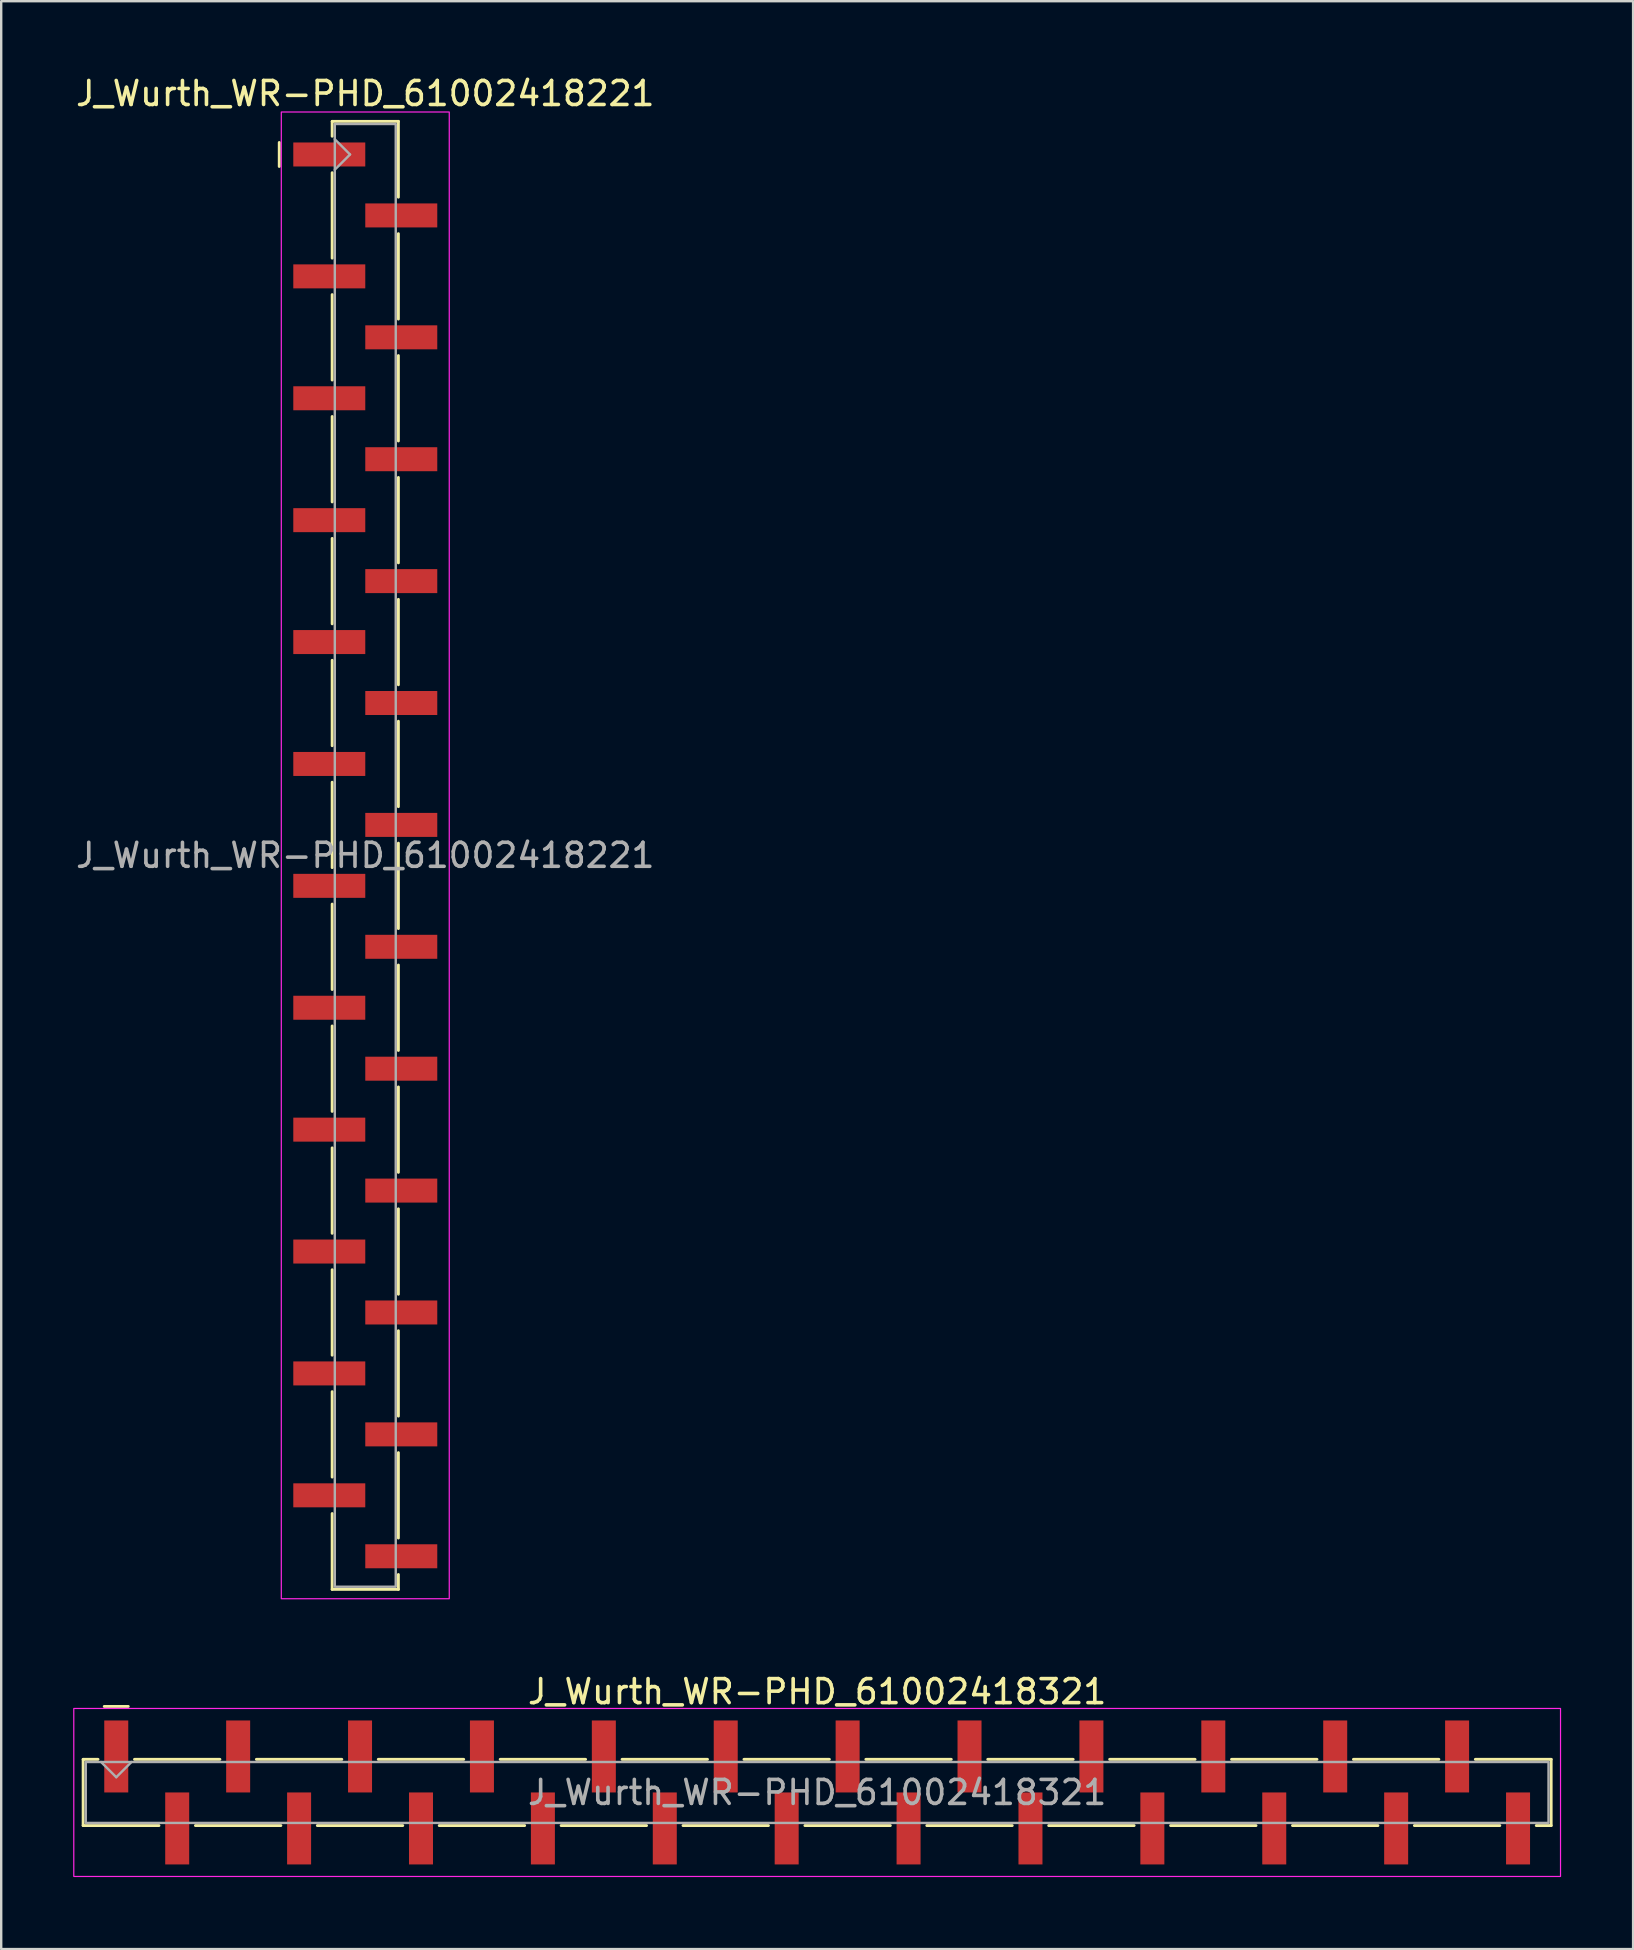
<source format=kicad_pcb>
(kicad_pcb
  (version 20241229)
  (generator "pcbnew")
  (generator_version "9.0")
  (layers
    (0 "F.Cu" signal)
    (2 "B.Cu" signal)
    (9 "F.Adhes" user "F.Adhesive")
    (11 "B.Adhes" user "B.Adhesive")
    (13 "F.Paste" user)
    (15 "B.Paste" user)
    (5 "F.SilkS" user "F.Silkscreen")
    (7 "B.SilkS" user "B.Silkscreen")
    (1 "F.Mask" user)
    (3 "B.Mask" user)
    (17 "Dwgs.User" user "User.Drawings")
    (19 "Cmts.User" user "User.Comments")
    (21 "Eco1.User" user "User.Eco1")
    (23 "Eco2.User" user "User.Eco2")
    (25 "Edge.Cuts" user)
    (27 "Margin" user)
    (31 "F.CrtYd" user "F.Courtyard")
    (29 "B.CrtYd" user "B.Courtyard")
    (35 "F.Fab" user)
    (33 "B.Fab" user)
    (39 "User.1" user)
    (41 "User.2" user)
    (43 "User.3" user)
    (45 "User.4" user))
  (footprint "J_Wurth_WR-PHD_61002418321"
    (layer "F.Cu")
    (at 31.005 71.651)
    (property "Reference" "J_Wurth_WR-PHD_61002418321" (at 0 -4.2 0) (unlocked yes) (layer "F.SilkS") (effects (font (size 1 1) (thickness 0.15))))
    (attr smd)
    (fp_line (start -30.59 -1.38) (end -30.59 1.38) (stroke (width 0.12) (type solid)) (layer "F.SilkS"))
    (fp_line (start -30.59 -1.38) (end -29.97 -1.38) (stroke (width 0.12) (type solid)) (layer "F.SilkS"))
    (fp_line (start -30.59 1.38) (end -27.43 1.38) (stroke (width 0.12) (type solid)) (layer "F.SilkS"))
    (fp_line (start -29.71 -3.585) (end -28.71 -3.585) (stroke (width 0.12) (type solid)) (layer "F.SilkS"))
    (fp_line (start -28.45 -1.38) (end -24.89 -1.38) (stroke (width 0.12) (type solid)) (layer "F.SilkS"))
    (fp_line (start -23.37 -1.38) (end -19.81 -1.38) (stroke (width 0.12) (type solid)) (layer "F.SilkS"))
    (fp_line (start -22.35 1.38) (end -25.91 1.38) (stroke (width 0.12) (type solid)) (layer "F.SilkS"))
    (fp_line (start -20.83 1.38) (end -17.27 1.38) (stroke (width 0.12) (type solid)) (layer "F.SilkS"))
    (fp_line (start -18.29 -1.38) (end -14.73 -1.38) (stroke (width 0.12) (type solid)) (layer "F.SilkS"))
    (fp_line (start -15.75 1.38) (end -12.19 1.38) (stroke (width 0.12) (type solid)) (layer "F.SilkS"))
    (fp_line (start -13.21 -1.38) (end -9.65 -1.38) (stroke (width 0.12) (type solid)) (layer "F.SilkS"))
    (fp_line (start -10.67 1.38) (end -7.11 1.38) (stroke (width 0.12) (type solid)) (layer "F.SilkS"))
    (fp_line (start -8.13 -1.38) (end -4.57 -1.38) (stroke (width 0.12) (type solid)) (layer "F.SilkS"))
    (fp_line (start -5.59 1.38) (end -2.03 1.38) (stroke (width 0.12) (type solid)) (layer "F.SilkS"))
    (fp_line (start -3.05 -1.38) (end 0.51 -1.38) (stroke (width 0.12) (type solid)) (layer "F.SilkS"))
    (fp_line (start -0.51 1.38) (end 3.05 1.38) (stroke (width 0.12) (type solid)) (layer "F.SilkS"))
    (fp_line (start 2.03 -1.38) (end 5.59 -1.38) (stroke (width 0.12) (type solid)) (layer "F.SilkS"))
    (fp_line (start 4.57 1.38) (end 8.13 1.38) (stroke (width 0.12) (type solid)) (layer "F.SilkS"))
    (fp_line (start 7.11 -1.38) (end 10.67 -1.38) (stroke (width 0.12) (type solid)) (layer "F.SilkS"))
    (fp_line (start 9.65 1.38) (end 13.21 1.38) (stroke (width 0.12) (type solid)) (layer "F.SilkS"))
    (fp_line (start 12.19 -1.38) (end 15.75 -1.38) (stroke (width 0.12) (type solid)) (layer "F.SilkS"))
    (fp_line (start 14.73 1.38) (end 18.29 1.38) (stroke (width 0.12) (type solid)) (layer "F.SilkS"))
    (fp_line (start 17.27 -1.38) (end 20.83 -1.38) (stroke (width 0.12) (type solid)) (layer "F.SilkS"))
    (fp_line (start 19.81 1.38) (end 23.37 1.38) (stroke (width 0.12) (type solid)) (layer "F.SilkS"))
    (fp_line (start 22.35 -1.38) (end 25.91 -1.38) (stroke (width 0.12) (type solid)) (layer "F.SilkS"))
    (fp_line (start 24.89 1.38) (end 28.45 1.38) (stroke (width 0.12) (type solid)) (layer "F.SilkS"))
    (fp_line (start 30.59 -1.38) (end 27.43 -1.38) (stroke (width 0.12) (type solid)) (layer "F.SilkS"))
    (fp_line (start 30.59 -1.38) (end 30.59 1.38) (stroke (width 0.12) (type solid)) (layer "F.SilkS"))
    (fp_line (start 30.59 1.38) (end 29.97 1.38) (stroke (width 0.12) (type solid)) (layer "F.SilkS"))
    (fp_rect (start -30.98 -3.5) (end 30.98 3.5) (stroke (width 0.05) (type solid)) (fill no) (layer "F.CrtYd"))
    (fp_line (start -29.845 -1.27) (end -29.21 -0.635) (stroke (width 0.1) (type default)) (layer "F.Fab"))
    (fp_line (start -29.21 -0.635) (end -28.575 -1.27) (stroke (width 0.1) (type default)) (layer "F.Fab"))
    (fp_rect (start -30.48 -1.27) (end 30.48 1.27) (stroke (width 0.1) (type solid)) (fill no) (layer "F.Fab"))
    (fp_text user "${REFERENCE}" (at 0 0 0) (unlocked yes) (layer "F.Fab") (effects (font (size 1 1) (thickness 0.15))))
    (pad "1" smd rect (at -29.21 -1.5) (size 1 3) (layers "F.Cu" "F.Mask" "F.Paste"))
    (pad "2" smd rect (at -26.67 1.5) (size 1 3) (layers "F.Cu" "F.Mask" "F.Paste"))
    (pad "3" smd rect (at -24.13 -1.5) (size 1 3) (layers "F.Cu" "F.Mask" "F.Paste"))
    (pad "4" smd rect (at -21.59 1.5) (size 1 3) (layers "F.Cu" "F.Mask" "F.Paste"))
    (pad "5" smd rect (at -19.05 -1.5) (size 1 3) (layers "F.Cu" "F.Mask" "F.Paste"))
    (pad "6" smd rect (at -16.51 1.5) (size 1 3) (layers "F.Cu" "F.Mask" "F.Paste"))
    (pad "7" smd rect (at -13.97 -1.5) (size 1 3) (layers "F.Cu" "F.Mask" "F.Paste"))
    (pad "8" smd rect (at -11.43 1.5) (size 1 3) (layers "F.Cu" "F.Mask" "F.Paste"))
    (pad "9" smd rect (at -8.89 -1.5) (size 1 3) (layers "F.Cu" "F.Mask" "F.Paste"))
    (pad "10" smd rect (at -6.35 1.5) (size 1 3) (layers "F.Cu" "F.Mask" "F.Paste"))
    (pad "11" smd rect (at -3.81 -1.5) (size 1 3) (layers "F.Cu" "F.Mask" "F.Paste"))
    (pad "12" smd rect (at -1.27 1.5) (size 1 3) (layers "F.Cu" "F.Mask" "F.Paste"))
    (pad "13" smd rect (at 1.27 -1.5) (size 1 3) (layers "F.Cu" "F.Mask" "F.Paste"))
    (pad "14" smd rect (at 3.81 1.5) (size 1 3) (layers "F.Cu" "F.Mask" "F.Paste"))
    (pad "15" smd rect (at 6.35 -1.5) (size 1 3) (layers "F.Cu" "F.Mask" "F.Paste"))
    (pad "16" smd rect (at 8.89 1.5) (size 1 3) (layers "F.Cu" "F.Mask" "F.Paste"))
    (pad "17" smd rect (at 11.43 -1.5) (size 1 3) (layers "F.Cu" "F.Mask" "F.Paste"))
    (pad "18" smd rect (at 13.97 1.5) (size 1 3) (layers "F.Cu" "F.Mask" "F.Paste"))
    (pad "19" smd rect (at 16.51 -1.5) (size 1 3) (layers "F.Cu" "F.Mask" "F.Paste"))
    (pad "20" smd rect (at 19.05 1.5) (size 1 3) (layers "F.Cu" "F.Mask" "F.Paste"))
    (pad "21" smd rect (at 21.59 -1.5) (size 1 3) (layers "F.Cu" "F.Mask" "F.Paste"))
    (pad "22" smd rect (at 24.13 1.5) (size 1 3) (layers "F.Cu" "F.Mask" "F.Paste"))
    (pad "23" smd rect (at 26.67 -1.5) (size 1 3) (layers "F.Cu" "F.Mask" "F.Paste"))
    (pad "24" smd rect (at 29.21 1.5) (size 1 3) (layers "F.Cu" "F.Mask" "F.Paste")))
  (footprint "J_Wurth_WR-PHD_61002418221"
    (layer "F.Cu")
    (at 12.173 32.598)
    (property "Reference" "J_Wurth_WR-PHD_61002418221" (at 0 -31.75 0) (unlocked yes) (layer "F.SilkS") (effects (font (size 1 1) (thickness 0.15))))
    (attr smd)
    (fp_line (start -3.585 -29.71) (end -3.585 -28.71) (stroke (width 0.12) (type solid)) (layer "F.SilkS"))
    (fp_line (start -1.38 -30.59) (end -1.38 -29.97) (stroke (width 0.12) (type solid)) (layer "F.SilkS"))
    (fp_line (start -1.38 -30.59) (end 1.38 -30.59) (stroke (width 0.12) (type solid)) (layer "F.SilkS"))
    (fp_line (start -1.38 -28.45) (end -1.38 -24.89) (stroke (width 0.12) (type solid)) (layer "F.SilkS"))
    (fp_line (start -1.38 -23.37) (end -1.38 -19.81) (stroke (width 0.12) (type solid)) (layer "F.SilkS"))
    (fp_line (start -1.38 -18.29) (end -1.38 -14.73) (stroke (width 0.12) (type solid)) (layer "F.SilkS"))
    (fp_line (start -1.38 -13.21) (end -1.38 -9.65) (stroke (width 0.12) (type solid)) (layer "F.SilkS"))
    (fp_line (start -1.38 -8.13) (end -1.38 -4.57) (stroke (width 0.12) (type solid)) (layer "F.SilkS"))
    (fp_line (start -1.38 -3.05) (end -1.38 0.51) (stroke (width 0.12) (type solid)) (layer "F.SilkS"))
    (fp_line (start -1.38 2.03) (end -1.38 5.59) (stroke (width 0.12) (type solid)) (layer "F.SilkS"))
    (fp_line (start -1.38 7.11) (end -1.38 10.67) (stroke (width 0.12) (type solid)) (layer "F.SilkS"))
    (fp_line (start -1.38 12.19) (end -1.38 15.75) (stroke (width 0.12) (type solid)) (layer "F.SilkS"))
    (fp_line (start -1.38 17.27) (end -1.38 20.83) (stroke (width 0.12) (type solid)) (layer "F.SilkS"))
    (fp_line (start -1.38 22.35) (end -1.38 25.91) (stroke (width 0.12) (type solid)) (layer "F.SilkS"))
    (fp_line (start -1.38 30.59) (end -1.38 27.43) (stroke (width 0.12) (type solid)) (layer "F.SilkS"))
    (fp_line (start -1.38 30.59) (end 1.38 30.59) (stroke (width 0.12) (type solid)) (layer "F.SilkS"))
    (fp_line (start 1.38 -30.59) (end 1.38 -27.43) (stroke (width 0.12) (type solid)) (layer "F.SilkS"))
    (fp_line (start 1.38 -22.35) (end 1.38 -25.91) (stroke (width 0.12) (type solid)) (layer "F.SilkS"))
    (fp_line (start 1.38 -20.83) (end 1.38 -17.27) (stroke (width 0.12) (type solid)) (layer "F.SilkS"))
    (fp_line (start 1.38 -15.75) (end 1.38 -12.19) (stroke (width 0.12) (type solid)) (layer "F.SilkS"))
    (fp_line (start 1.38 -10.67) (end 1.38 -7.11) (stroke (width 0.12) (type solid)) (layer "F.SilkS"))
    (fp_line (start 1.38 -5.59) (end 1.38 -2.03) (stroke (width 0.12) (type solid)) (layer "F.SilkS"))
    (fp_line (start 1.38 -0.51) (end 1.38 3.05) (stroke (width 0.12) (type solid)) (layer "F.SilkS"))
    (fp_line (start 1.38 4.57) (end 1.38 8.13) (stroke (width 0.12) (type solid)) (layer "F.SilkS"))
    (fp_line (start 1.38 9.65) (end 1.38 13.21) (stroke (width 0.12) (type solid)) (layer "F.SilkS"))
    (fp_line (start 1.38 14.73) (end 1.38 18.29) (stroke (width 0.12) (type solid)) (layer "F.SilkS"))
    (fp_line (start 1.38 19.81) (end 1.38 23.37) (stroke (width 0.12) (type solid)) (layer "F.SilkS"))
    (fp_line (start 1.38 24.89) (end 1.38 28.45) (stroke (width 0.12) (type solid)) (layer "F.SilkS"))
    (fp_line (start 1.38 30.59) (end 1.38 29.97) (stroke (width 0.12) (type solid)) (layer "F.SilkS"))
    (fp_rect (start -3.5 -30.98) (end 3.5 30.98) (stroke (width 0.05) (type solid)) (fill no) (layer "F.CrtYd"))
    (fp_line (start -1.27 -29.845) (end -0.635 -29.21) (stroke (width 0.1) (type default)) (layer "F.Fab"))
    (fp_line (start -0.635 -29.21) (end -1.27 -28.575) (stroke (width 0.1) (type default)) (layer "F.Fab"))
    (fp_rect (start -1.27 -30.48) (end 1.27 30.48) (stroke (width 0.1) (type solid)) (fill no) (layer "F.Fab"))
    (fp_text user "${REFERENCE}" (at 0 0 0) (unlocked yes) (layer "F.Fab") (effects (font (size 1 1) (thickness 0.15))))
    (pad "1" smd rect (at -1.5 -29.21 270) (size 1 3) (layers "F.Cu" "F.Mask" "F.Paste"))
    (pad "2" smd rect (at 1.5 -26.67 270) (size 1 3) (layers "F.Cu" "F.Mask" "F.Paste"))
    (pad "3" smd rect (at -1.5 -24.13 270) (size 1 3) (layers "F.Cu" "F.Mask" "F.Paste"))
    (pad "4" smd rect (at 1.5 -21.59 270) (size 1 3) (layers "F.Cu" "F.Mask" "F.Paste"))
    (pad "5" smd rect (at -1.5 -19.05 270) (size 1 3) (layers "F.Cu" "F.Mask" "F.Paste"))
    (pad "6" smd rect (at 1.5 -16.51 270) (size 1 3) (layers "F.Cu" "F.Mask" "F.Paste"))
    (pad "7" smd rect (at -1.5 -13.97 270) (size 1 3) (layers "F.Cu" "F.Mask" "F.Paste"))
    (pad "8" smd rect (at 1.5 -11.43 270) (size 1 3) (layers "F.Cu" "F.Mask" "F.Paste"))
    (pad "9" smd rect (at -1.5 -8.89 270) (size 1 3) (layers "F.Cu" "F.Mask" "F.Paste"))
    (pad "10" smd rect (at 1.5 -6.35 270) (size 1 3) (layers "F.Cu" "F.Mask" "F.Paste"))
    (pad "11" smd rect (at -1.5 -3.81 270) (size 1 3) (layers "F.Cu" "F.Mask" "F.Paste"))
    (pad "12" smd rect (at 1.5 -1.27 270) (size 1 3) (layers "F.Cu" "F.Mask" "F.Paste"))
    (pad "13" smd rect (at -1.5 1.27 270) (size 1 3) (layers "F.Cu" "F.Mask" "F.Paste"))
    (pad "14" smd rect (at 1.5 3.81 270) (size 1 3) (layers "F.Cu" "F.Mask" "F.Paste"))
    (pad "15" smd rect (at -1.5 6.35 270) (size 1 3) (layers "F.Cu" "F.Mask" "F.Paste"))
    (pad "16" smd rect (at 1.5 8.89 270) (size 1 3) (layers "F.Cu" "F.Mask" "F.Paste"))
    (pad "17" smd rect (at -1.5 11.43 270) (size 1 3) (layers "F.Cu" "F.Mask" "F.Paste"))
    (pad "18" smd rect (at 1.5 13.97 270) (size 1 3) (layers "F.Cu" "F.Mask" "F.Paste"))
    (pad "19" smd rect (at -1.5 16.51 270) (size 1 3) (layers "F.Cu" "F.Mask" "F.Paste"))
    (pad "20" smd rect (at 1.5 19.05 270) (size 1 3) (layers "F.Cu" "F.Mask" "F.Paste"))
    (pad "21" smd rect (at -1.5 21.59 270) (size 1 3) (layers "F.Cu" "F.Mask" "F.Paste"))
    (pad "22" smd rect (at 1.5 24.13 270) (size 1 3) (layers "F.Cu" "F.Mask" "F.Paste"))
    (pad "23" smd rect (at -1.5 26.67 270) (size 1 3) (layers "F.Cu" "F.Mask" "F.Paste"))
    (pad "24" smd rect (at 1.5 29.21 270) (size 1 3) (layers "F.Cu" "F.Mask" "F.Paste")))
  (gr_rect
    (start -3 -3)
    (end 65.01 78.177)
    (stroke (width 0.1) (type default))
    (fill no)
    (layer "Edge.Cuts")))
</source>
